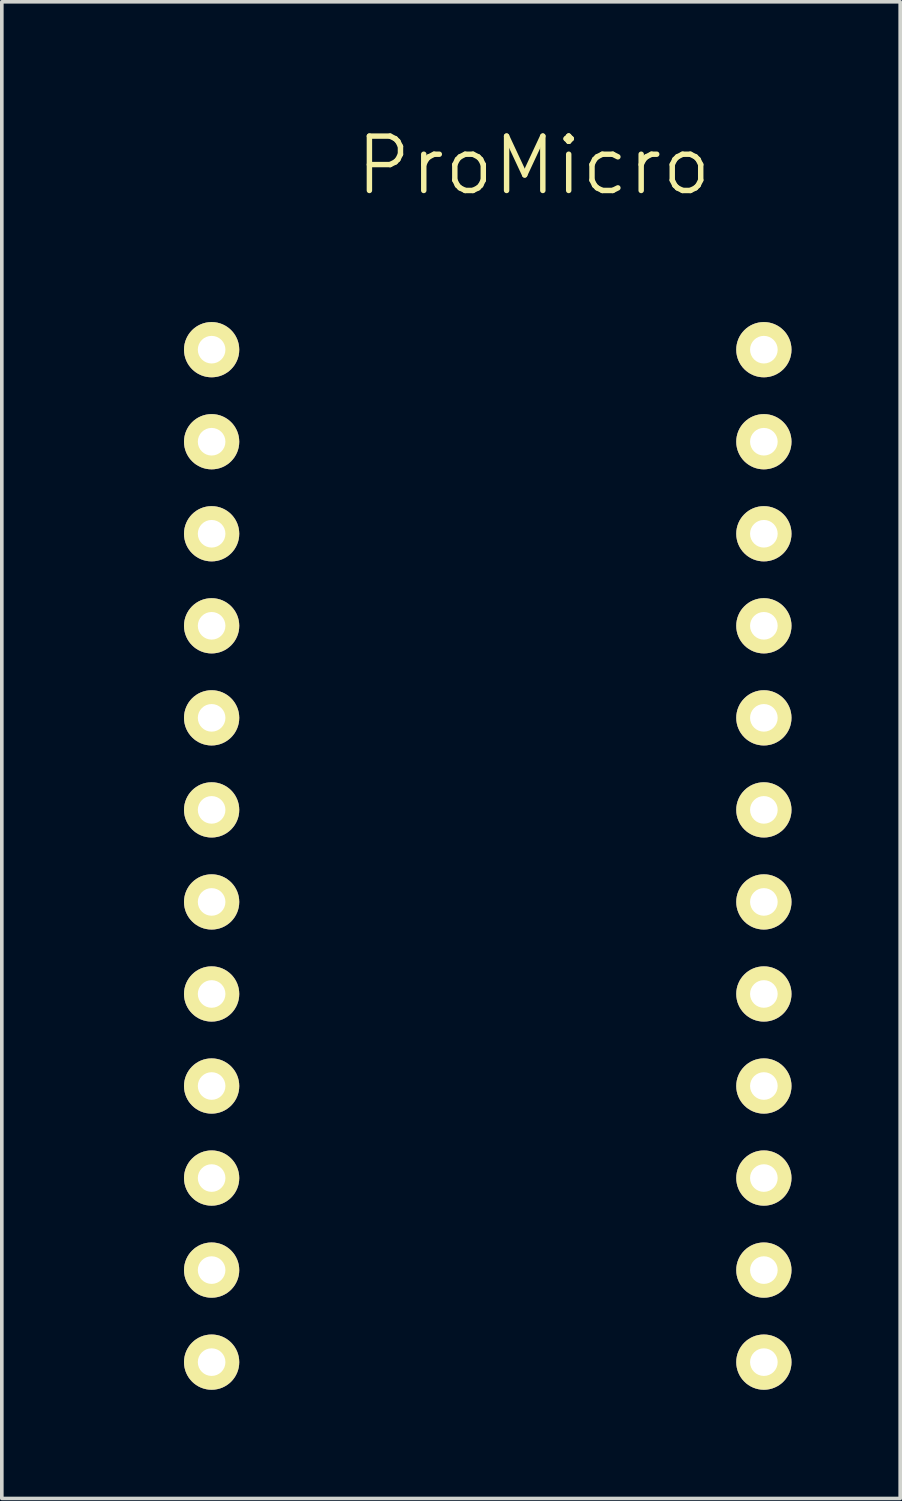
<source format=kicad_pcb>
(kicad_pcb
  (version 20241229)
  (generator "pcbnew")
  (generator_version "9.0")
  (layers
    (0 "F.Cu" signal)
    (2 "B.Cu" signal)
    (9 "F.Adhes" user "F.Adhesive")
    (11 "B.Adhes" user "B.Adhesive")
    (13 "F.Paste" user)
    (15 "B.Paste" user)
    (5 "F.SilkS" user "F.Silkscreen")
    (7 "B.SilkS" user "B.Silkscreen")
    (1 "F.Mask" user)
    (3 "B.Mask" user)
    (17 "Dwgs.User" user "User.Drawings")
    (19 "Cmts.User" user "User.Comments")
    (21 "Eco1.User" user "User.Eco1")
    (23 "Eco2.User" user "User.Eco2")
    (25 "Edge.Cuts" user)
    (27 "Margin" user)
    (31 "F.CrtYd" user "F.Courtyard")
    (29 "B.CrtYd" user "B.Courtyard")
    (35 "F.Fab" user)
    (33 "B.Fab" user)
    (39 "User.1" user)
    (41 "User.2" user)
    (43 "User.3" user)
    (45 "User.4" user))
  (footprint "ProMicro"
    (layer "F.Cu")
    (at 0.25 0.25)
    (property "Reference" "ProMicro" (at 11.43 1.27 0) (layer "F.SilkS") (effects (font (size 1.5 1.5) (thickness 0.15))))
    (attr through_hole)
    (pad "2" thru_hole circle (at 2.54 16.51) (size 1.524 1.524) (drill 0.762) (layers "*.Cu" "*.Mask" "F.SilkS"))
    (pad "3" thru_hole circle (at 2.54 19.05) (size 1.524 1.524) (drill 0.762) (layers "*.Cu" "*.Mask" "F.SilkS"))
    (pad "4" thru_hole circle (at 2.54 21.59) (size 1.524 1.524) (drill 0.762) (layers "*.Cu" "*.Mask" "F.SilkS"))
    (pad "5" thru_hole circle (at 2.54 24.13) (size 1.524 1.524) (drill 0.762) (layers "*.Cu" "*.Mask" "F.SilkS"))
    (pad "6" thru_hole circle (at 2.54 26.67) (size 1.524 1.524) (drill 0.762) (layers "*.Cu" "*.Mask" "F.SilkS"))
    (pad "7" thru_hole circle (at 2.54 29.21) (size 1.524 1.524) (drill 0.762) (layers "*.Cu" "*.Mask" "F.SilkS"))
    (pad "8" thru_hole circle (at 2.54 31.75) (size 1.524 1.524) (drill 0.762) (layers "*.Cu" "*.Mask" "F.SilkS"))
    (pad "9" thru_hole circle (at 2.54 34.29) (size 1.524 1.524) (drill 0.762) (layers "*.Cu" "*.Mask" "F.SilkS"))
    (pad "10" thru_hole circle (at 17.78 34.29) (size 1.524 1.524) (drill 0.762) (layers "*.Cu" "*.Mask" "F.SilkS"))
    (pad "14" thru_hole circle (at 17.78 29.21) (size 1.524 1.524) (drill 0.762) (layers "*.Cu" "*.Mask" "F.SilkS"))
    (pad "15" thru_hole circle (at 17.78 26.67) (size 1.524 1.524) (drill 0.762) (layers "*.Cu" "*.Mask" "F.SilkS"))
    (pad "16" thru_hole circle (at 17.78 31.75) (size 1.524 1.524) (drill 0.762) (layers "*.Cu" "*.Mask" "F.SilkS"))
    (pad "A0" thru_hole circle (at 17.78 24.13) (size 1.524 1.524) (drill 0.762) (layers "*.Cu" "*.Mask" "F.SilkS"))
    (pad "A1" thru_hole circle (at 17.78 21.59) (size 1.524 1.524) (drill 0.762) (layers "*.Cu" "*.Mask" "F.SilkS"))
    (pad "A2" thru_hole circle (at 17.78 19.05) (size 1.524 1.524) (drill 0.762) (layers "*.Cu" "*.Mask" "F.SilkS"))
    (pad "A3" thru_hole circle (at 17.78 16.51) (size 1.524 1.524) (drill 0.762) (layers "*.Cu" "*.Mask" "F.SilkS"))
    (pad "GND" thru_hole circle (at 2.54 11.43) (size 1.524 1.524) (drill 0.762) (layers "*.Cu" "*.Mask" "F.SilkS"))
    (pad "GND" thru_hole circle (at 2.54 13.97) (size 1.524 1.524) (drill 0.762) (layers "*.Cu" "*.Mask" "F.SilkS"))
    (pad "GND" thru_hole circle (at 17.78 8.89) (size 1.524 1.524) (drill 0.762) (layers "*.Cu" "*.Mask" "F.SilkS"))
    (pad "RAW" thru_hole circle (at 17.78 6.35) (size 1.524 1.524) (drill 0.762) (layers "*.Cu" "*.Mask" "F.SilkS"))
    (pad "RST" thru_hole circle (at 17.78 11.43) (size 1.524 1.524) (drill 0.762) (layers "*.Cu" "*.Mask" "F.SilkS"))
    (pad "RX1" thru_hole circle (at 2.54 8.89) (size 1.524 1.524) (drill 0.762) (layers "*.Cu" "*.Mask" "F.SilkS"))
    (pad "TX0" thru_hole circle (at 2.54 6.35) (size 1.524 1.524) (drill 0.762) (layers "*.Cu" "*.Mask" "F.SilkS"))
    (pad "VCC" thru_hole circle (at 17.78 13.97) (size 1.524 1.524) (drill 0.762) (layers "*.Cu" "*.Mask" "F.SilkS")))
  (gr_rect
    (start -3 -3)
    (end 21.792 38.302)
    (stroke (width 0.1) (type default))
    (fill no)
    (layer "Edge.Cuts")))
</source>
